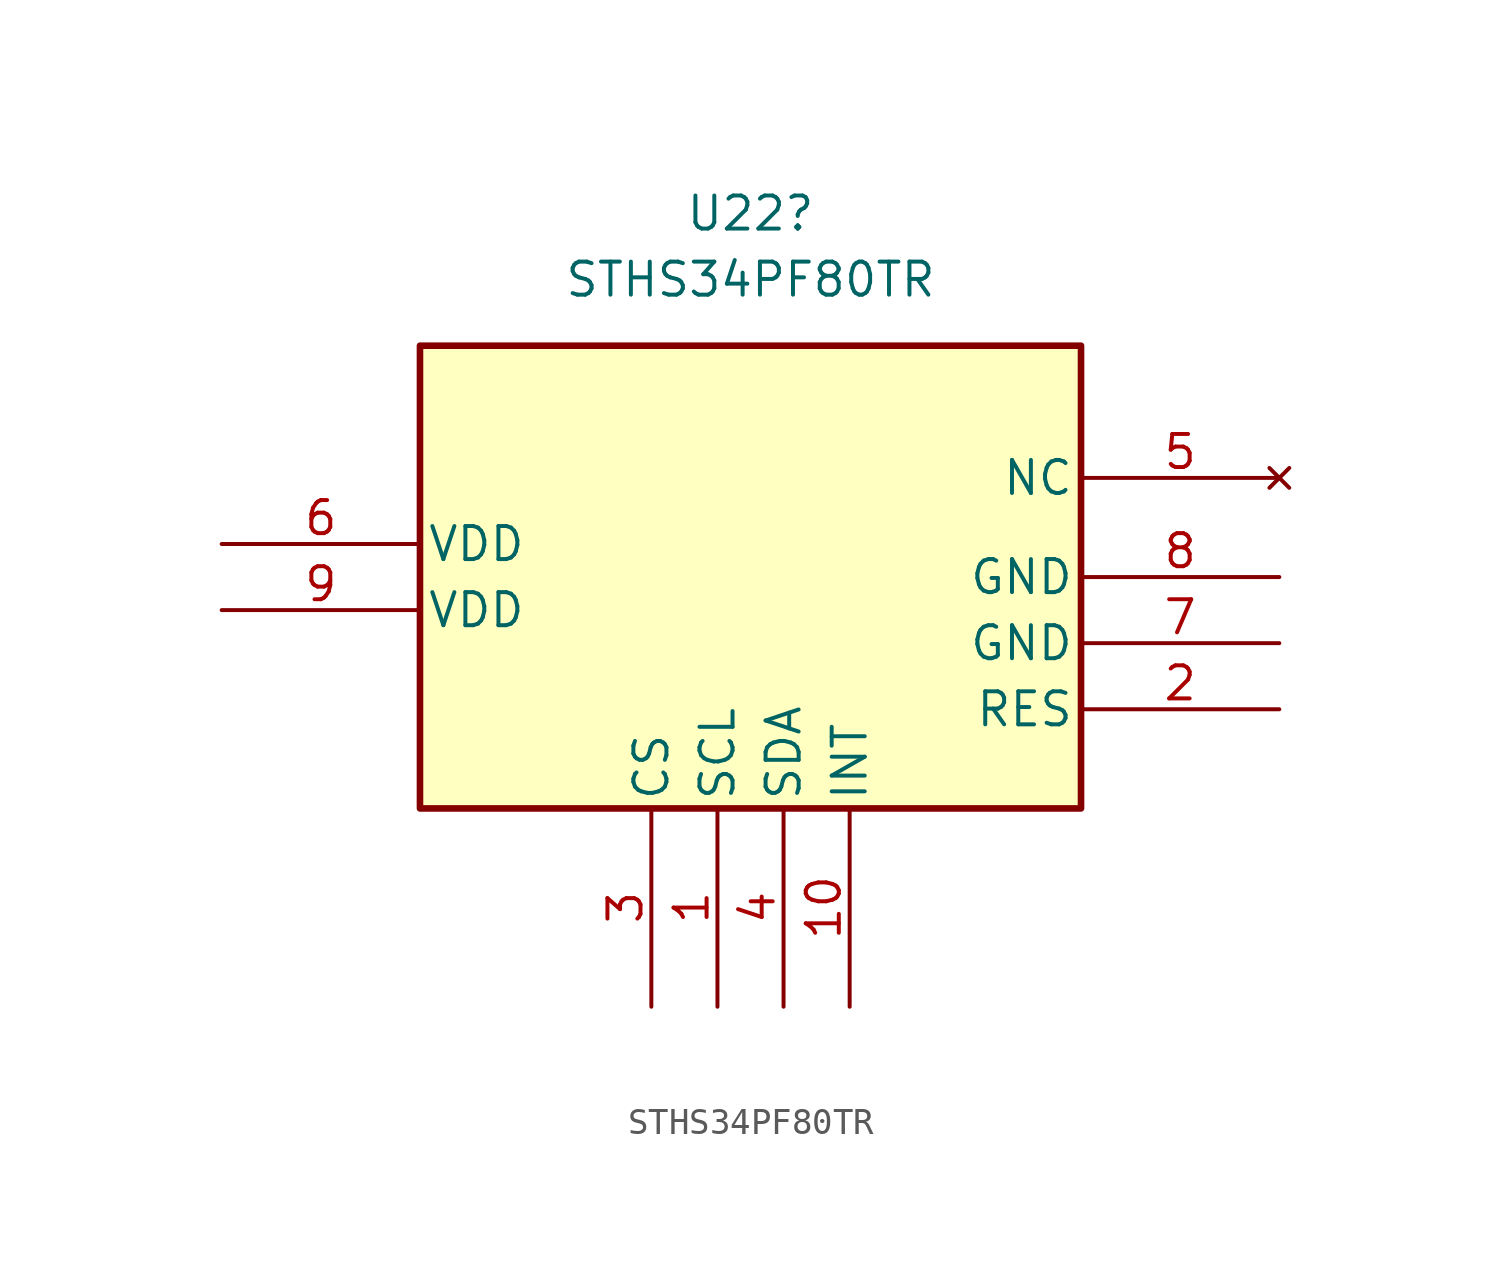
<source format=kicad_sym>
(kicad_symbol_lib
  (version 20211014)
  (generator kicad_symbol_editor)
  (symbol "STHS34PF80TR"
    (pin_names
      (offset 0.254))
    (property "Reference" "U22"
      (at 0 13.97 0)
      (effects (font (size 1.27 1.27))))
    (property "Value" "STHS34PF80TR"
      (at 0 11.43 0)
      (effects (font (size 1.27 1.27))))
    (property "ki_locked" ""
      (at 0 0 0)
      (effects (font (size 1.27 1.27))))
    (symbol "STHS34PF80TR_0_1"
      (rectangle (start 12.7 -8.89) (end -12.7 8.89) (stroke (width 0.254) (type default) (color 0 0 0 0)) (fill (type background)))
      (pin input line (at -1.27 -16.51 90) (length 7.62) (name "SCL" (effects (font (size 1.27 1.27)))) (number "1" (effects (font (size 1.27 1.27)))))
      (pin unspecified line (at 3.81 -16.51 90) (length 7.62) (name "INT" (effects (font (size 1.27 1.27)))) (number "10" (effects (font (size 1.27 1.27)))))
      (pin unspecified line (at 20.32 -5.08 180) (length 7.62) (name "RES" (effects (font (size 1.27 1.27)))) (number "2" (effects (font (size 1.27 1.27)))))
      (pin unspecified line (at -3.81 -16.51 90) (length 7.62) (name "CS" (effects (font (size 1.27 1.27)))) (number "3" (effects (font (size 1.27 1.27)))))
      (pin bidirectional line (at 1.27 -16.51 90) (length 7.62) (name "SDA" (effects (font (size 1.27 1.27)))) (number "4" (effects (font (size 1.27 1.27)))))
      (pin no_connect line (at 20.32 3.81 180) (length 7.62) (name "NC" (effects (font (size 1.27 1.27)))) (number "5" (effects (font (size 1.27 1.27)))))
      (pin power_in line (at -20.32 1.27 0) (length 7.62) (name "VDD" (effects (font (size 1.27 1.27)))) (number "6" (effects (font (size 1.27 1.27)))))
      (pin power_out line (at 20.32 -2.54 180) (length 7.62) (name "GND" (effects (font (size 1.27 1.27)))) (number "7" (effects (font (size 1.27 1.27)))))
      (pin power_out line (at 20.32 0 180) (length 7.62) (name "GND" (effects (font (size 1.27 1.27)))) (number "8" (effects (font (size 1.27 1.27)))))
      (pin power_in line (at -20.32 -1.27 0) (length 7.62) (name "VDD" (effects (font (size 1.27 1.27)))) (number "9" (effects (font (size 1.27 1.27))))))))
</source>
